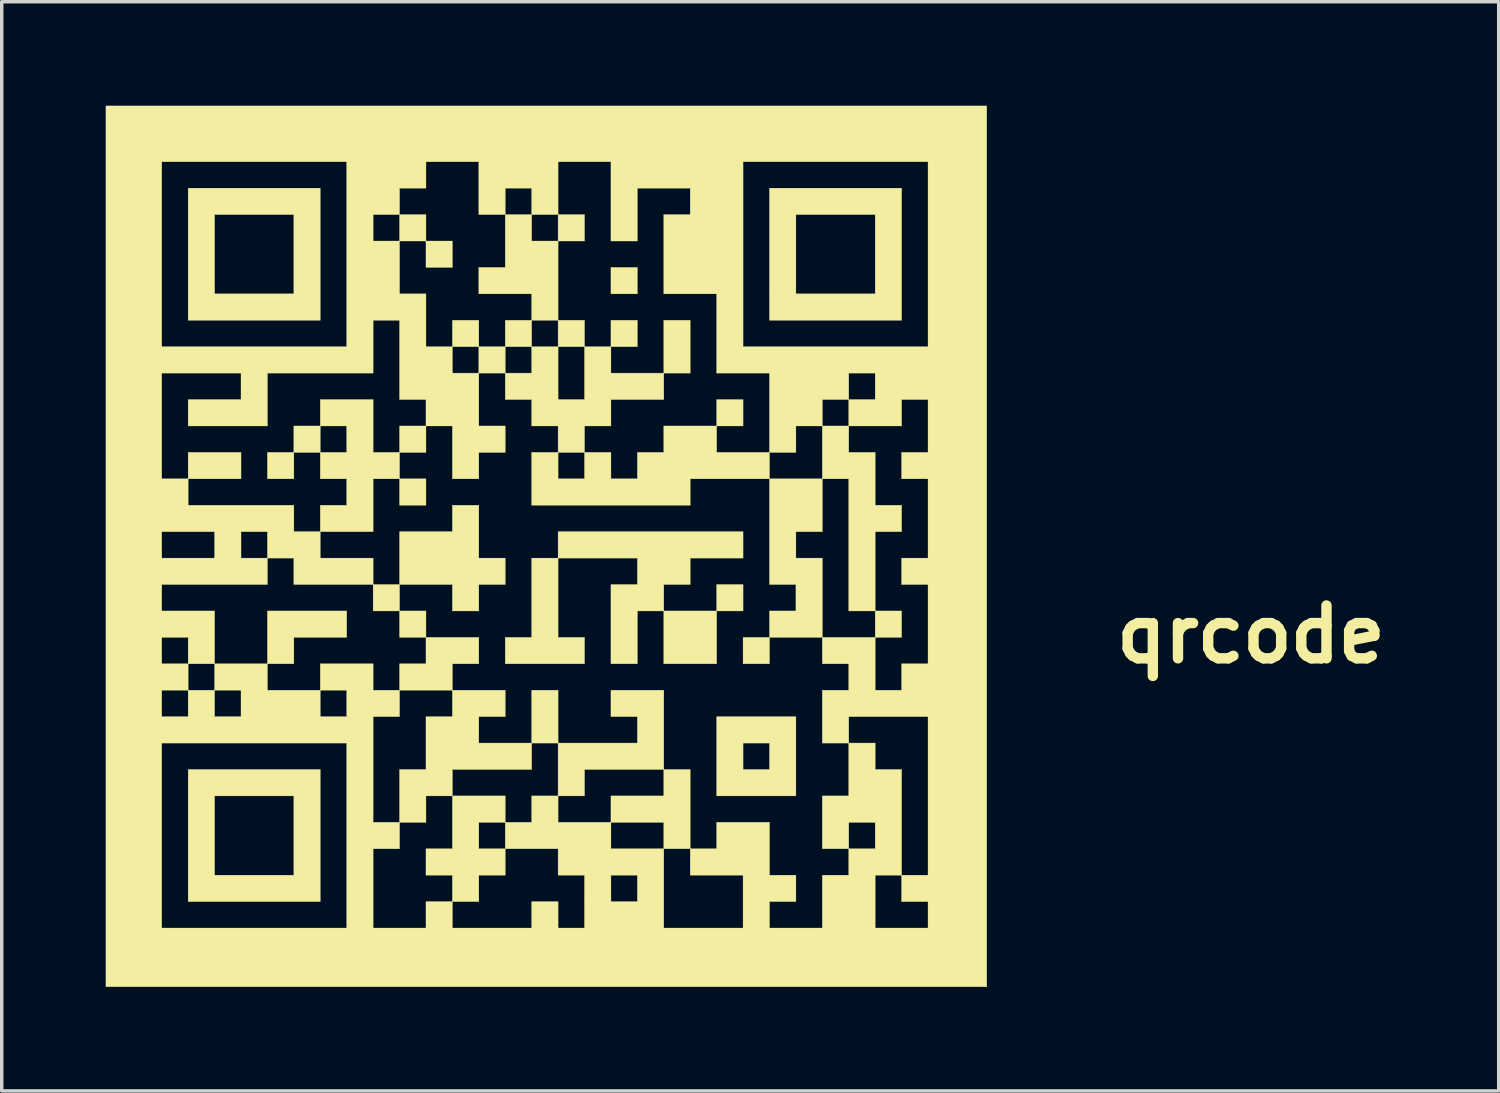
<source format=kicad_pcb>
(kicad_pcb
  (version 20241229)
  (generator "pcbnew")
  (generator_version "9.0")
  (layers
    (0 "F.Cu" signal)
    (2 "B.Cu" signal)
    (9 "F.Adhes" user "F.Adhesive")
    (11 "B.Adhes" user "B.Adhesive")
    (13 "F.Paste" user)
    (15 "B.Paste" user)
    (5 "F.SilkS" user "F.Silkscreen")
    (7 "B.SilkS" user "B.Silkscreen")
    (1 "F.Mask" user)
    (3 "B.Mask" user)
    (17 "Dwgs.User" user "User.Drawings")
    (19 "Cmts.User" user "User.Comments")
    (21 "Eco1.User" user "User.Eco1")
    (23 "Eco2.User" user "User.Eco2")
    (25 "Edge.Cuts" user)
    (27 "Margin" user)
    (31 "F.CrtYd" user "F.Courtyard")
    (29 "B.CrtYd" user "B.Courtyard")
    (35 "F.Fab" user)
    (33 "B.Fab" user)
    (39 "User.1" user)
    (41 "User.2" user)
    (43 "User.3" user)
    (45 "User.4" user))
  (footprint "qrcode"
    (layer "F.Cu")
    (at 12.705 12.705)
    (property "Reference" "qrcode" (at 20.32 2.54 0) (layer "F.SilkS") (effects (font (size 1.524 1.524) (thickness 0.3))))
    (attr through_hole)
    (fp_poly (pts (xy -8.805 -1.947) (xy -10.329 -1.947) (xy -10.329 -2.709) (xy -8.805 -2.709) (xy -8.805 -1.947)) (stroke (width 0.01) (type solid)) (fill yes) (layer "F.SilkS"))
    (fp_poly (pts (xy -7.281 -1.947) (xy -8.043 -1.947) (xy -8.043 -2.709) (xy -7.281 -2.709) (xy -7.281 -1.947)) (stroke (width 0.01) (type solid)) (fill yes) (layer "F.SilkS"))
    (fp_poly (pts (xy -4.995 1.863) (xy -4.995 1.101) (xy -4.233 1.101) (xy -4.233 1.863) (xy -4.995 1.863)) (stroke (width 0.01) (type solid)) (fill yes) (layer "F.SilkS"))
    (fp_poly (pts (xy -4.233 -8.805) (xy -4.233 -9.567) (xy -3.471 -9.567) (xy -3.471 -8.805) (xy -4.233 -8.805)) (stroke (width 0.01) (type solid)) (fill yes) (layer "F.SilkS"))
    (fp_poly (pts (xy -4.233 -3.471) (xy -3.471 -3.471) (xy -3.471 -2.709) (xy -4.233 -2.709) (xy -4.233 -3.471)) (stroke (width 0.01) (type solid)) (fill yes) (layer "F.SilkS"))
    (fp_poly (pts (xy -4.233 2.625) (xy -4.233 1.863) (xy -3.471 1.863) (xy -3.471 2.625) (xy -4.233 2.625)) (stroke (width 0.01) (type solid)) (fill yes) (layer "F.SilkS"))
    (fp_poly (pts (xy -3.471 -1.185) (xy -4.233 -1.185) (xy -4.233 -1.947) (xy -3.471 -1.947) (xy -3.471 -1.185)) (stroke (width 0.01) (type solid)) (fill yes) (layer "F.SilkS"))
    (fp_poly (pts (xy -2.709 -8.805) (xy -2.709 -8.043) (xy -3.471 -8.043) (xy -3.471 -8.805) (xy -2.709 -8.805)) (stroke (width 0.01) (type solid)) (fill yes) (layer "F.SilkS"))
    (fp_poly (pts (xy -2.709 -5.757) (xy -2.709 -6.519) (xy -1.947 -6.519) (xy -1.947 -5.757) (xy -2.709 -5.757)) (stroke (width 0.01) (type solid)) (fill yes) (layer "F.SilkS"))
    (fp_poly (pts (xy -1.947 -4.995) (xy -1.947 -5.757) (xy -1.185 -5.757) (xy -1.185 -4.995) (xy -1.947 -4.995)) (stroke (width 0.01) (type solid)) (fill yes) (layer "F.SilkS"))
    (fp_poly (pts (xy -1.185 -6.519) (xy -0.423 -6.519) (xy -0.423 -5.757) (xy -1.185 -5.757) (xy -1.185 -6.519)) (stroke (width 0.01) (type solid)) (fill yes) (layer "F.SilkS"))
    (fp_poly (pts (xy -0.423 5.673) (xy -0.423 4.149) (xy 0.339 4.149) (xy 0.339 5.673) (xy -0.423 5.673)) (stroke (width 0.01) (type solid)) (fill yes) (layer "F.SilkS"))
    (fp_poly (pts (xy 0.339 -9.567) (xy 1.101 -9.567) (xy 1.101 -8.805) (xy 0.339 -8.805) (xy 0.339 -9.567)) (stroke (width 0.01) (type solid)) (fill yes) (layer "F.SilkS"))
    (fp_poly (pts (xy 1.863 -6.519) (xy 2.625 -6.519) (xy 2.625 -5.757) (xy 1.863 -5.757) (xy 1.863 -6.519)) (stroke (width 0.01) (type solid)) (fill yes) (layer "F.SilkS"))
    (fp_poly (pts (xy 2.625 -7.281) (xy 1.863 -7.281) (xy 1.863 -8.043) (xy 2.625 -8.043) (xy 2.625 -7.281)) (stroke (width 0.01) (type solid)) (fill yes) (layer "F.SilkS"))
    (fp_poly (pts (xy 3.387 -6.519) (xy 4.149 -6.519) (xy 4.149 -4.995) (xy 3.387 -4.995) (xy 3.387 -6.519)) (stroke (width 0.01) (type solid)) (fill yes) (layer "F.SilkS"))
    (fp_poly (pts (xy 4.911 -4.233) (xy 5.673 -4.233) (xy 5.673 -3.471) (xy 4.911 -3.471) (xy 4.911 -4.233)) (stroke (width 0.01) (type solid)) (fill yes) (layer "F.SilkS"))
    (fp_poly (pts (xy 4.911 1.101) (xy 5.673 1.101) (xy 5.673 1.863) (xy 4.911 1.863) (xy 4.911 1.101)) (stroke (width 0.01) (type solid)) (fill yes) (layer "F.SilkS"))
    (fp_poly (pts (xy 4.911 3.387) (xy 3.387 3.387) (xy 3.387 1.863) (xy 4.911 1.863) (xy 4.911 3.387)) (stroke (width 0.01) (type solid)) (fill yes) (layer "F.SilkS"))
    (fp_poly (pts (xy 6.435 3.387) (xy 5.673 3.387) (xy 5.673 2.625) (xy 6.435 2.625) (xy 6.435 3.387)) (stroke (width 0.01) (type solid)) (fill yes) (layer "F.SilkS"))
    (fp_poly (pts (xy 10.245 1.863) (xy 10.245 2.625) (xy 9.483 2.625) (xy 9.483 1.863) (xy 10.245 1.863)) (stroke (width 0.01) (type solid)) (fill yes) (layer "F.SilkS"))
    (fp_poly (pts (xy -5.757 2.625) (xy -7.281 2.625) (xy -7.281 3.387) (xy -8.043 3.387) (xy -8.043 1.863) (xy -5.757 1.863) (xy -5.757 2.625)) (stroke (width 0.01) (type solid)) (fill yes) (layer "F.SilkS"))
    (fp_poly (pts (xy -4.233 4.149) (xy -4.233 3.387) (xy -3.471 3.387) (xy -3.471 2.625) (xy -1.947 2.625) (xy -1.947 3.387) (xy -2.709 3.387) (xy -2.709 4.149) (xy -4.233 4.149)) (stroke (width 0.01) (type solid)) (fill yes) (layer "F.SilkS"))
    (fp_poly (pts (xy 0.339 2.625) (xy 1.101 2.625) (xy 1.101 3.387) (xy -1.185 3.387) (xy -1.185 2.625) (xy -0.423 2.625) (xy -0.423 0.339) (xy 0.339 0.339) (xy 0.339 2.625)) (stroke (width 0.01) (type solid)) (fill yes) (layer "F.SilkS"))
    (fp_poly (pts (xy 4.149 8.721) (xy 3.387 8.721) (xy 3.387 7.959) (xy 1.863 7.959) (xy 1.863 7.197) (xy 3.387 7.197) (xy 3.387 6.435) (xy 4.149 6.435) (xy 4.149 8.721)) (stroke (width 0.01) (type solid)) (fill yes) (layer "F.SilkS"))
    (fp_poly (pts (xy 0.339 -6.519) (xy -0.423 -6.519) (xy -0.423 -7.281) (xy -1.947 -7.281) (xy -1.947 -8.043) (xy -1.185 -8.043) (xy -1.185 -9.567) (xy -0.423 -9.567) (xy -0.423 -8.805) (xy 0.339 -8.805) (xy 0.339 -6.519)) (stroke (width 0.01) (type solid)) (fill yes) (layer "F.SilkS"))
    (fp_poly (pts (xy 2.625 5.673) (xy 2.625 4.911) (xy 1.863 4.911) (xy 1.863 4.149) (xy 3.387 4.149) (xy 3.387 6.435) (xy 1.101 6.435) (xy 1.101 7.197) (xy 0.339 7.197) (xy 0.339 5.673) (xy 2.625 5.673)) (stroke (width 0.01) (type solid)) (fill yes) (layer "F.SilkS"))
    (fp_poly (pts (xy -6.519 -6.519) (xy -10.329 -6.519) (xy -10.329 -9.567) (xy -9.567 -9.567) (xy -9.567 -7.281) (xy -7.281 -7.281) (xy -7.281 -9.567) (xy -9.567 -9.567) (xy -10.329 -9.567) (xy -10.329 -10.329) (xy -6.519 -10.329) (xy -6.519 -6.519)) (stroke (width 0.01) (type solid)) (fill yes) (layer "F.SilkS"))
    (fp_poly (pts (xy -6.519 10.245) (xy -10.329 10.245) (xy -10.329 7.197) (xy -9.567 7.197) (xy -9.567 9.483) (xy -7.281 9.483) (xy -7.281 7.197) (xy -9.567 7.197) (xy -10.329 7.197) (xy -10.329 6.435) (xy -6.519 6.435) (xy -6.519 10.245)) (stroke (width 0.01) (type solid)) (fill yes) (layer "F.SilkS"))
    (fp_poly (pts (xy 7.197 7.197) (xy 4.911 7.197) (xy 4.911 5.673) (xy 5.673 5.673) (xy 5.673 6.435) (xy 6.435 6.435) (xy 6.435 5.673) (xy 5.673 5.673) (xy 4.911 5.673) (xy 4.911 4.911) (xy 7.197 4.911) (xy 7.197 7.197)) (stroke (width 0.01) (type solid)) (fill yes) (layer "F.SilkS"))
    (fp_poly (pts (xy 10.245 -6.519) (xy 6.435 -6.519) (xy 6.435 -9.567) (xy 7.197 -9.567) (xy 7.197 -7.281) (xy 9.483 -7.281) (xy 9.483 -9.567) (xy 7.197 -9.567) (xy 6.435 -9.567) (xy 6.435 -10.329) (xy 10.245 -10.329) (xy 10.245 -6.519)) (stroke (width 0.01) (type solid)) (fill yes) (layer "F.SilkS"))
    (fp_poly (pts (xy -4.233 -0.423) (xy -2.709 -0.423) (xy -2.709 -1.185) (xy -1.947 -1.185) (xy -1.947 0.339) (xy -1.185 0.339) (xy -1.185 1.101) (xy -1.947 1.101) (xy -1.947 1.863) (xy -2.709 1.863) (xy -2.709 1.101) (xy -4.233 1.101) (xy -4.233 -0.423)) (stroke (width 0.01) (type solid)) (fill yes) (layer "F.SilkS"))
    (fp_poly (pts (xy 7.959 -0.423) (xy 7.197 -0.423) (xy 7.197 0.339) (xy 7.959 0.339) (xy 7.959 2.625) (xy 6.435 2.625) (xy 6.435 1.863) (xy 7.197 1.863) (xy 7.197 1.101) (xy 6.435 1.101) (xy 6.435 -1.947) (xy 7.959 -1.947) (xy 7.959 -0.423)) (stroke (width 0.01) (type solid)) (fill yes) (layer "F.SilkS"))
    (fp_poly (pts (xy 8.721 1.863) (xy 8.721 -1.947) (xy 7.959 -1.947) (xy 7.959 -3.471) (xy 8.721 -3.471) (xy 8.721 -2.709) (xy 9.483 -2.709) (xy 9.483 -1.185) (xy 10.245 -1.185) (xy 10.245 -0.423) (xy 9.483 -0.423) (xy 9.483 1.863) (xy 8.721 1.863)) (stroke (width 0.01) (type solid)) (fill yes) (layer "F.SilkS"))
    (fp_poly (pts (xy -1.185 7.959) (xy -1.947 7.959) (xy -1.947 8.721) (xy -1.185 8.721) (xy -1.185 9.483) (xy -1.947 9.483) (xy -1.947 10.245) (xy -2.709 10.245) (xy -2.709 9.483) (xy -3.471 9.483) (xy -3.471 8.721) (xy -2.709 8.721) (xy -2.709 7.197) (xy -1.185 7.197) (xy -1.185 7.959)) (stroke (width 0.01) (type solid)) (fill yes) (layer "F.SilkS"))
    (fp_poly (pts (xy 2.625 1.863) (xy 2.625 3.387) (xy 1.863 3.387) (xy 1.863 1.101) (xy 2.625 1.101) (xy 2.625 0.339) (xy 0.339 0.339) (xy 0.339 -0.423) (xy 5.673 -0.423) (xy 5.673 0.339) (xy 4.149 0.339) (xy 4.149 1.101) (xy 3.387 1.101) (xy 3.387 1.863) (xy 2.625 1.863)) (stroke (width 0.01) (type solid)) (fill yes) (layer "F.SilkS"))
    (fp_poly (pts (xy -0.423 6.435) (xy -2.709 6.435) (xy -2.709 7.197) (xy -3.471 7.197) (xy -3.471 7.959) (xy -4.233 7.959) (xy -4.233 6.435) (xy -3.471 6.435) (xy -3.471 4.911) (xy -2.709 4.911) (xy -2.709 4.149) (xy -1.185 4.149) (xy -1.185 4.911) (xy -1.947 4.911) (xy -1.947 5.673) (xy -0.423 5.673) (xy -0.423 6.435)) (stroke (width 0.01) (type solid)) (fill yes) (layer "F.SilkS"))
    (fp_poly (pts (xy 4.911 -2.709) (xy 6.435 -2.709) (xy 6.435 -1.947) (xy 4.149 -1.947) (xy 4.149 -1.185) (xy -0.423 -1.185) (xy -0.423 -2.709) (xy 0.339 -2.709) (xy 0.339 -1.947) (xy 1.101 -1.947) (xy 1.101 -2.709) (xy 1.863 -2.709) (xy 1.863 -1.947) (xy 2.625 -1.947) (xy 2.625 -2.709) (xy 3.387 -2.709) (xy 3.387 -3.471) (xy 4.911 -3.471) (xy 4.911 -2.709)) (stroke (width 0.01) (type solid)) (fill yes) (layer "F.SilkS"))
    (fp_poly (pts (xy -4.233 -1.947) (xy -4.995 -1.947) (xy -4.995 -0.423) (xy -6.519 -0.423) (xy -6.519 -1.185) (xy -5.757 -1.185) (xy -5.757 -1.947) (xy -6.519 -1.947) (xy -6.519 -2.709) (xy -7.281 -2.709) (xy -7.281 -3.471) (xy -6.519 -3.471) (xy -6.519 -2.709) (xy -5.757 -2.709) (xy -5.757 -3.471) (xy -6.519 -3.471) (xy -6.519 -4.233) (xy -4.995 -4.233) (xy -4.995 -2.709) (xy -4.233 -2.709) (xy -4.233 -1.947)) (stroke (width 0.01) (type solid)) (fill yes) (layer "F.SilkS"))
    (fp_poly (pts (xy 1.863 -4.995) (xy 3.387 -4.995) (xy 3.387 -4.233) (xy 1.863 -4.233) (xy 1.863 -3.471) (xy 1.101 -3.471) (xy 1.101 -2.709) (xy 0.339 -2.709) (xy 0.339 -3.471) (xy -0.423 -3.471) (xy -0.423 -4.233) (xy -1.185 -4.233) (xy -1.185 -4.995) (xy -0.423 -4.995) (xy -0.423 -5.757) (xy 0.339 -5.757) (xy 0.339 -4.233) (xy 1.101 -4.233) (xy 1.101 -5.757) (xy 0.339 -5.757) (xy 0.339 -6.519) (xy 1.101 -6.519) (xy 1.101 -5.757) (xy 1.863 -5.757) (xy 1.863 -4.995)) (stroke (width 0.01) (type solid)) (fill yes) (layer "F.SilkS"))
    (fp_poly (pts (xy 12.7 12.7) (xy -12.7 12.7) (xy -12.7 5.673) (xy -11.091 5.673) (xy -11.091 11.007) (xy -5.757 11.007) (xy -5.757 5.673) (xy -11.091 5.673) (xy -12.7 5.673) (xy -12.7 4.149) (xy -11.091 4.149) (xy -11.091 4.911) (xy -10.329 4.911) (xy -10.329 4.149) (xy -9.567 4.149) (xy -9.567 4.911) (xy -8.805 4.911) (xy -6.519 4.911) (xy -5.757 4.911) (xy -5.757 4.149) (xy -6.519 4.149) (xy -6.519 4.911) (xy -8.805 4.911) (xy -8.805 4.149) (xy -9.567 4.149) (xy -9.567 3.387) (xy -10.329 3.387) (xy -10.329 4.149) (xy -11.091 4.149) (xy -12.7 4.149) (xy -12.7 2.625) (xy -11.091 2.625) (xy -11.091 3.387) (xy -10.329 3.387) (xy -10.329 2.625) (xy -11.091 2.625) (xy -12.7 2.625) (xy -12.7 1.101) (xy -11.091 1.101) (xy -11.091 1.863) (xy -9.567 1.863) (xy -9.567 3.387) (xy -8.043 3.387) (xy -8.043 4.149) (xy -6.519 4.149) (xy -6.519 3.387) (xy -4.995 3.387) (xy -4.995 4.149) (xy -4.233 4.149) (xy -4.233 4.911) (xy -4.995 4.911) (xy -4.995 7.959) (xy -4.233 7.959) (xy -4.233 8.721) (xy -4.995 8.721) (xy -4.995 11.007) (xy -3.471 11.007) (xy -3.471 10.245) (xy -2.709 10.245) (xy -2.709 11.007) (xy -0.423 11.007) (xy -0.423 10.245) (xy 0.339 10.245) (xy 0.339 11.007) (xy 1.101 11.007) (xy 1.101 9.483) (xy 1.863 9.483) (xy 1.863 10.245) (xy 2.625 10.245) (xy 2.625 9.483) (xy 1.863 9.483) (xy 1.101 9.483) (xy 0.339 9.483) (xy 0.339 8.721) (xy -1.185 8.721) (xy -1.185 7.959) (xy -0.423 7.959) (xy -0.423 7.197) (xy 0.339 7.197) (xy 0.339 7.959) (xy 1.863 7.959) (xy 1.863 8.721) (xy 3.387 8.721) (xy 3.387 11.007) (xy 5.673 11.007) (xy 5.673 9.483) (xy 4.149 9.483) (xy 4.149 8.721) (xy 4.911 8.721) (xy 4.911 7.959) (xy 6.435 7.959) (xy 6.435 9.483) (xy 7.197 9.483) (xy 7.197 10.245) (xy 6.435 10.245) (xy 6.435 11.007) (xy 7.959 11.007) (xy 7.959 9.483) (xy 8.721 9.483) (xy 9.483 9.483) (xy 9.483 11.007) (xy 11.007 11.007) (xy 11.007 10.245) (xy 10.245 10.245) (xy 10.245 9.483) (xy 9.483 9.483) (xy 8.721 9.483) (xy 8.721 8.721) (xy 7.959 8.721) (xy 7.959 7.959) (xy 8.721 7.959) (xy 8.721 8.721) (xy 9.483 8.721) (xy 9.483 7.959) (xy 8.721 7.959) (xy 7.959 7.959) (xy 7.959 7.197) (xy 8.721 7.197) (xy 8.721 5.673) (xy 7.959 5.673) (xy 7.959 4.911) (xy 8.721 4.911) (xy 8.721 5.673) (xy 9.483 5.673) (xy 9.483 6.435) (xy 10.245 6.435) (xy 10.245 9.483) (xy 11.007 9.483) (xy 11.007 4.911) (xy 8.721 4.911) (xy 7.959 4.911) (xy 7.959 4.149) (xy 8.721 4.149) (xy 8.721 3.387) (xy 7.959 3.387) (xy 7.959 2.625) (xy 9.483 2.625) (xy 9.483 4.149) (xy 10.245 4.149) (xy 10.245 3.387) (xy 11.007 3.387) (xy 11.007 1.101) (xy 10.245 1.101) (xy 10.245 0.339) (xy 11.007 0.339) (xy 11.007 -1.947) (xy 10.245 -1.947) (xy 10.245 -2.709) (xy 11.007 -2.709) (xy 11.007 -4.233) (xy 10.245 -4.233) (xy 10.245 -3.471) (xy 8.721 -3.471) (xy 8.721 -4.233) (xy 7.959 -4.233) (xy 7.959 -3.471) (xy 7.197 -3.471) (xy 7.197 -2.709) (xy 6.435 -2.709) (xy 6.435 -4.995) (xy 8.721 -4.995) (xy 8.721 -4.233) (xy 9.483 -4.233) (xy 9.483 -4.995) (xy 8.721 -4.995) (xy 6.435 -4.995) (xy 4.911 -4.995) (xy 4.911 -7.281) (xy 3.387 -7.281) (xy 3.387 -9.567) (xy 4.149 -9.567) (xy 4.149 -10.329) (xy 2.625 -10.329) (xy 2.625 -8.805) (xy 1.863 -8.805) (xy 1.863 -11.091) (xy 5.673 -11.091) (xy 5.673 -5.757) (xy 11.007 -5.757) (xy 11.007 -11.091) (xy 5.673 -11.091) (xy 1.863 -11.091) (xy 0.339 -11.091) (xy 0.339 -9.567) (xy -0.423 -9.567) (xy -0.423 -10.329) (xy -1.185 -10.329) (xy -1.185 -9.567) (xy -1.947 -9.567) (xy -1.947 -11.091) (xy -3.471 -11.091) (xy -3.471 -10.329) (xy -4.233 -10.329) (xy -4.233 -9.567) (xy -4.995 -9.567) (xy -4.995 -8.805) (xy -4.233 -8.805) (xy -4.233 -7.281) (xy -3.471 -7.281) (xy -3.471 -5.757) (xy -2.709 -5.757) (xy -2.709 -4.995) (xy -1.947 -4.995) (xy -1.947 -3.471) (xy -1.185 -3.471) (xy -1.185 -2.709) (xy -1.947 -2.709) (xy -1.947 -1.947) (xy -2.709 -1.947) (xy -2.709 -3.471) (xy -3.471 -3.471) (xy -3.471 -4.233) (xy -4.233 -4.233) (xy -4.233 -6.519) (xy -4.995 -6.519) (xy -4.995 -4.995) (xy -8.043 -4.995) (xy -8.043 -3.471) (xy -10.329 -3.471) (xy -10.329 -4.233) (xy -8.805 -4.233) (xy -8.805 -4.995) (xy -11.091 -4.995) (xy -11.091 -1.947) (xy -10.329 -1.947) (xy -10.329 -1.185) (xy -7.281 -1.185) (xy -7.281 -0.423) (xy -6.519 -0.423) (xy -6.519 0.339) (xy -4.995 0.339) (xy -4.995 1.101) (xy -7.281 1.101) (xy -7.281 0.339) (xy -8.043 0.339) (xy -8.043 1.101) (xy -11.091 1.101) (xy -12.7 1.101) (xy -12.7 -0.423) (xy -11.091 -0.423) (xy -11.091 0.339) (xy -9.567 0.339) (xy -9.567 -0.423) (xy -8.805 -0.423) (xy -8.805 0.339) (xy -8.043 0.339) (xy -8.043 -0.423) (xy -8.805 -0.423) (xy -9.567 -0.423) (xy -11.091 -0.423) (xy -12.7 -0.423) (xy -12.7 -11.091) (xy -11.091 -11.091) (xy -11.091 -5.757) (xy -5.757 -5.757) (xy -5.757 -11.091) (xy -11.091 -11.091) (xy -12.7 -11.091) (xy -12.7 -12.7) (xy 12.7 -12.7) (xy 12.7 12.7)) (stroke (width 0.01) (type solid)) (fill yes) (layer "F.SilkS")))
  (gr_rect
    (start -3 -3)
    (end 40.169 28.41)
    (stroke (width 0.1) (type default))
    (fill no)
    (layer "Edge.Cuts")))
</source>
